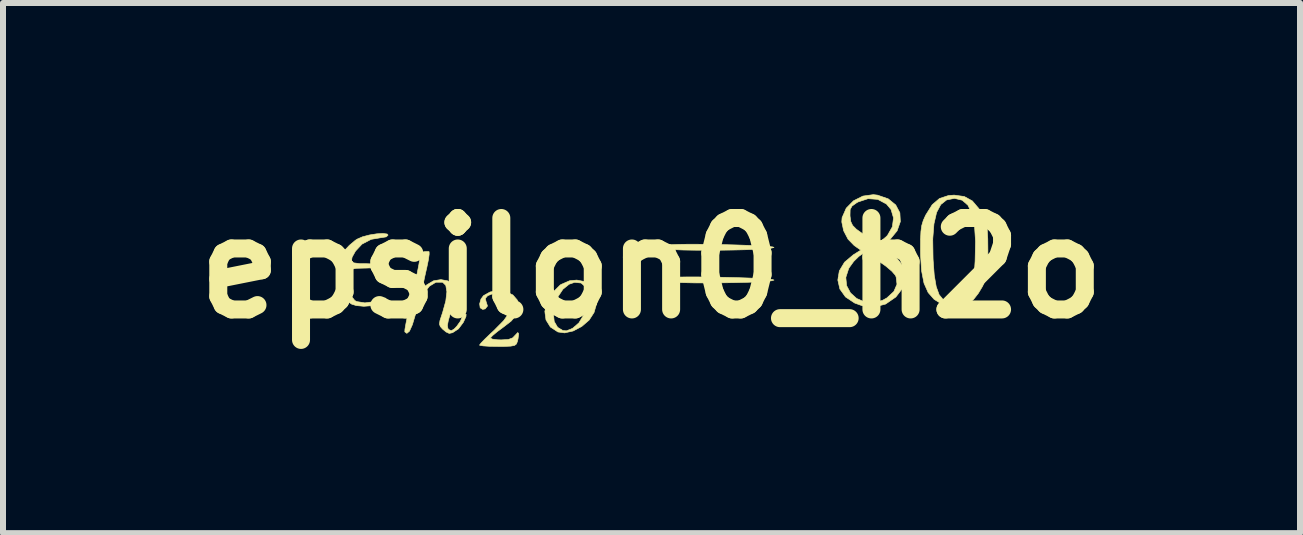
<source format=kicad_pcb>
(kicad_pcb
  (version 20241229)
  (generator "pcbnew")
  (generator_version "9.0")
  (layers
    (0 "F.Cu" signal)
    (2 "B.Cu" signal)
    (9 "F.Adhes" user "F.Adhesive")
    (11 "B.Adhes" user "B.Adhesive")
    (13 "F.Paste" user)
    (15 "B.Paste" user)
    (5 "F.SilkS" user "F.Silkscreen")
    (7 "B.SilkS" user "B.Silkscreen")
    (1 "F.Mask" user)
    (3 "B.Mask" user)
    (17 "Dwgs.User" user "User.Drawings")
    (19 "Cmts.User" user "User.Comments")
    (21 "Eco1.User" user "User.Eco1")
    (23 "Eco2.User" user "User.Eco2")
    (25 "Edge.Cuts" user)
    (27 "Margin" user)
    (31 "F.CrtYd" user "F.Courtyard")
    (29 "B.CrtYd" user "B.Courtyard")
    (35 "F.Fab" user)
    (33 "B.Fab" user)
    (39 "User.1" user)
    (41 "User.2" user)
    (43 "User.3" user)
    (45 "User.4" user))
  (footprint "epsilon0_h2o"
    (layer "F.Cu")
    (at 7.809 1.418)
    (property "Reference" "epsilon0_h2o" (at 0 0 0) (layer "F.SilkS") (effects (font (size 1.524 1.524) (thickness 0.3))))
    (attr through_hole)
    (fp_poly (pts (xy 0.775 -0.397) (xy 0.985 -0.394) (xy 1.204 -0.391) (xy 1.42 -0.385) (xy 1.621 -0.378) (xy 1.795 -0.371) (xy 1.931 -0.362) (xy 2.017 -0.353) (xy 2.041 -0.345) (xy 2.004 -0.333) (xy 1.906 -0.322) (xy 1.759 -0.314) (xy 1.576 -0.306) (xy 1.369 -0.301) (xy 1.148 -0.298) (xy 0.928 -0.297) (xy 0.718 -0.298) (xy 0.533 -0.301) (xy 0.382 -0.307) (xy 0.28 -0.315) (xy 0.236 -0.326) (xy 0.236 -0.326) (xy 0.242 -0.369) (xy 0.261 -0.382) (xy 0.317 -0.39) (xy 0.429 -0.394) (xy 0.586 -0.397) (xy 0.775 -0.397)) (stroke (width 0.01) (type solid)) (fill yes) (layer "F.SilkS"))
    (fp_poly (pts (xy 0.775 0.148) (xy 0.985 0.15) (xy 1.204 0.154) (xy 1.42 0.159) (xy 1.621 0.166) (xy 1.795 0.174) (xy 1.931 0.182) (xy 2.017 0.191) (xy 2.041 0.2) (xy 2.004 0.211) (xy 1.906 0.222) (xy 1.759 0.231) (xy 1.576 0.238) (xy 1.369 0.243) (xy 1.148 0.246) (xy 0.928 0.248) (xy 0.718 0.247) (xy 0.533 0.243) (xy 0.382 0.238) (xy 0.28 0.229) (xy 0.236 0.218) (xy 0.236 0.218) (xy 0.242 0.175) (xy 0.261 0.162) (xy 0.317 0.155) (xy 0.429 0.15) (xy 0.586 0.148) (xy 0.775 0.148)) (stroke (width 0.01) (type solid)) (fill yes) (layer "F.SilkS"))
    (fp_poly (pts (xy -1.092 0.229) (xy -0.981 0.309) (xy -0.921 0.431) (xy -0.914 0.586) (xy -0.958 0.74) (xy -1.04 0.867) (xy -1.163 0.973) (xy -1.305 1.048) (xy -1.448 1.08) (xy -1.56 1.065) (xy -1.686 0.982) (xy -1.759 0.864) (xy -1.773 0.762) (xy -1.635 0.762) (xy -1.622 0.89) (xy -1.568 0.983) (xy -1.552 0.996) (xy -1.479 1.04) (xy -1.419 1.046) (xy -1.34 1.015) (xy -1.309 0.999) (xy -1.21 0.913) (xy -1.126 0.773) (xy -1.069 0.599) (xy -1.066 0.585) (xy -1.058 0.431) (xy -1.097 0.316) (xy -1.174 0.249) (xy -1.282 0.238) (xy -1.373 0.269) (xy -1.477 0.353) (xy -1.558 0.475) (xy -1.613 0.618) (xy -1.635 0.762) (xy -1.773 0.762) (xy -1.778 0.723) (xy -1.745 0.571) (xy -1.661 0.421) (xy -1.526 0.286) (xy -1.512 0.275) (xy -1.365 0.211) (xy -1.246 0.2) (xy -1.092 0.229)) (stroke (width 0.01) (type solid)) (fill yes) (layer "F.SilkS"))
    (fp_poly (pts (xy -2.424 0.395) (xy -2.311 0.448) (xy -2.239 0.531) (xy -2.229 0.56) (xy -2.217 0.678) (xy -2.251 0.781) (xy -2.339 0.883) (xy -2.468 0.983) (xy -2.573 1.061) (xy -2.651 1.126) (xy -2.685 1.164) (xy -2.685 1.166) (xy -2.653 1.184) (xy -2.569 1.195) (xy -2.506 1.197) (xy -2.386 1.19) (xy -2.314 1.163) (xy -2.27 1.117) (xy -2.229 1.074) (xy -2.214 1.096) (xy -2.225 1.179) (xy -2.236 1.225) (xy -2.252 1.265) (xy -2.283 1.289) (xy -2.346 1.301) (xy -2.455 1.306) (xy -2.562 1.306) (xy -2.701 1.304) (xy -2.806 1.297) (xy -2.862 1.287) (xy -2.867 1.283) (xy -2.842 1.25) (xy -2.775 1.181) (xy -2.678 1.088) (xy -2.627 1.041) (xy -2.465 0.877) (xy -2.368 0.741) (xy -2.334 0.628) (xy -2.364 0.536) (xy -2.456 0.46) (xy -2.47 0.452) (xy -2.563 0.426) (xy -2.656 0.431) (xy -2.731 0.46) (xy -2.771 0.507) (xy -2.756 0.564) (xy -2.755 0.566) (xy -2.734 0.632) (xy -2.772 0.68) (xy -2.814 0.689) (xy -2.856 0.662) (xy -2.865 0.596) (xy -2.843 0.517) (xy -2.801 0.46) (xy -2.69 0.398) (xy -2.558 0.377) (xy -2.424 0.395)) (stroke (width 0.01) (type solid)) (fill yes) (layer "F.SilkS"))
    (fp_poly (pts (xy -4.407 -0.568) (xy -4.391 -0.549) (xy -4.422 -0.52) (xy -4.498 -0.508) (xy -4.501 -0.508) (xy -4.673 -0.479) (xy -4.826 -0.399) (xy -4.934 -0.283) (xy -4.99 -0.183) (xy -5.002 -0.12) (xy -4.963 -0.087) (xy -4.864 -0.074) (xy -4.753 -0.073) (xy -4.623 -0.068) (xy -4.533 -0.055) (xy -4.499 -0.036) (xy -4.499 -0.036) (xy -4.533 -0.018) (xy -4.624 -0.005) (xy -4.758 -0.000022) (xy -4.768 0) (xy -4.919 0.004) (xy -5.011 0.021) (xy -5.059 0.063) (xy -5.078 0.139) (xy -5.08 0.222) (xy -5.061 0.343) (xy -5.011 0.458) (xy -4.946 0.54) (xy -4.915 0.558) (xy -4.778 0.58) (xy -4.625 0.56) (xy -4.534 0.525) (xy -4.463 0.498) (xy -4.428 0.502) (xy -4.427 0.506) (xy -4.46 0.559) (xy -4.545 0.6) (xy -4.664 0.627) (xy -4.795 0.637) (xy -4.921 0.625) (xy -4.998 0.601) (xy -5.136 0.505) (xy -5.221 0.363) (xy -5.254 0.173) (xy -5.253 0.083) (xy -5.238 -0.061) (xy -5.206 -0.164) (xy -5.146 -0.258) (xy -5.129 -0.28) (xy -5.036 -0.379) (xy -4.936 -0.463) (xy -4.905 -0.483) (xy -4.815 -0.522) (xy -4.7 -0.552) (xy -4.58 -0.571) (xy -4.476 -0.577) (xy -4.407 -0.568)) (stroke (width 0.01) (type solid)) (fill yes) (layer "F.SilkS"))
    (fp_poly (pts (xy 5.212 -1.193) (xy 5.347 -1.119) (xy 5.46 -0.986) (xy 5.515 -0.887) (xy 5.556 -0.8) (xy 5.582 -0.717) (xy 5.597 -0.619) (xy 5.604 -0.488) (xy 5.606 -0.304) (xy 5.606 -0.29) (xy 5.605 -0.102) (xy 5.598 0.032) (xy 5.583 0.131) (xy 5.558 0.215) (xy 5.518 0.301) (xy 5.515 0.307) (xy 5.446 0.422) (xy 5.37 0.519) (xy 5.331 0.554) (xy 5.192 0.618) (xy 5.027 0.639) (xy 4.873 0.616) (xy 4.844 0.604) (xy 4.71 0.521) (xy 4.61 0.407) (xy 4.541 0.251) (xy 4.501 0.047) (xy 4.484 -0.217) (xy 4.483 -0.29) (xy 4.484 -0.478) (xy 4.484 -0.483) (xy 4.687 -0.483) (xy 4.692 -0.164) (xy 4.693 -0.137) (xy 4.712 0.119) (xy 4.745 0.311) (xy 4.794 0.445) (xy 4.864 0.53) (xy 4.958 0.572) (xy 5.044 0.581) (xy 5.164 0.561) (xy 5.233 0.517) (xy 5.292 0.438) (xy 5.334 0.348) (xy 5.362 0.233) (xy 5.381 0.075) (xy 5.393 -0.118) (xy 5.4 -0.446) (xy 5.383 -0.709) (xy 5.341 -0.908) (xy 5.273 -1.048) (xy 5.178 -1.131) (xy 5.055 -1.161) (xy 5.044 -1.161) (xy 4.918 -1.136) (xy 4.821 -1.059) (xy 4.751 -0.927) (xy 4.707 -0.736) (xy 4.687 -0.483) (xy 4.484 -0.483) (xy 4.49 -0.611) (xy 4.504 -0.71) (xy 4.529 -0.793) (xy 4.567 -0.878) (xy 4.572 -0.887) (xy 4.678 -1.056) (xy 4.8 -1.16) (xy 4.949 -1.209) (xy 5.044 -1.216) (xy 5.212 -1.193)) (stroke (width 0.01) (type solid)) (fill yes) (layer "F.SilkS"))
    (fp_poly (pts (xy -3.707 -0.272) (xy -3.706 -0.23) (xy -3.719 -0.137) (xy -3.745 -0.011) (xy -3.75 0.01) (xy -3.785 0.166) (xy -3.804 0.262) (xy -3.804 0.308) (xy -3.786 0.312) (xy -3.751 0.284) (xy -3.744 0.278) (xy -3.633 0.212) (xy -3.511 0.192) (xy -3.398 0.213) (xy -3.31 0.272) (xy -3.267 0.364) (xy -3.266 0.388) (xy -3.277 0.471) (xy -3.306 0.596) (xy -3.345 0.732) (xy -3.386 0.869) (xy -3.402 0.955) (xy -3.394 1.006) (xy -3.379 1.025) (xy -3.338 1.045) (xy -3.289 1.015) (xy -3.245 0.969) (xy -3.187 0.888) (xy -3.158 0.822) (xy -3.157 0.814) (xy -3.137 0.767) (xy -3.121 0.762) (xy -3.09 0.771) (xy -3.093 0.808) (xy -3.13 0.89) (xy -3.139 0.908) (xy -3.218 1.013) (xy -3.316 1.077) (xy -3.372 1.089) (xy -3.424 1.065) (xy -3.482 1.017) (xy -3.52 0.975) (xy -3.535 0.934) (xy -3.526 0.873) (xy -3.492 0.77) (xy -3.482 0.74) (xy -3.429 0.549) (xy -3.411 0.395) (xy -3.429 0.288) (xy -3.482 0.236) (xy -3.594 0.236) (xy -3.702 0.302) (xy -3.801 0.43) (xy -3.886 0.612) (xy -3.933 0.767) (xy -3.986 0.944) (xy -4.034 1.051) (xy -4.078 1.088) (xy -4.112 1.063) (xy -4.11 1.02) (xy -4.092 0.918) (xy -4.062 0.771) (xy -4.022 0.591) (xy -3.989 0.453) (xy -3.943 0.256) (xy -3.905 0.082) (xy -3.878 -0.057) (xy -3.864 -0.146) (xy -3.864 -0.172) (xy -3.91 -0.213) (xy -3.945 -0.221) (xy -3.955 -0.23) (xy -3.905 -0.249) (xy -3.868 -0.258) (xy -3.774 -0.275) (xy -3.714 -0.276) (xy -3.707 -0.272)) (stroke (width 0.01) (type solid)) (fill yes) (layer "F.SilkS"))
    (fp_poly (pts (xy 3.766 -1.216) (xy 3.945 -1.154) (xy 4.07 -1.052) (xy 4.139 -0.921) (xy 4.147 -0.774) (xy 4.093 -0.621) (xy 3.973 -0.475) (xy 3.951 -0.455) (xy 3.877 -0.382) (xy 3.866 -0.341) (xy 3.877 -0.335) (xy 3.971 -0.279) (xy 4.074 -0.183) (xy 4.162 -0.072) (xy 4.21 0.02) (xy 4.228 0.184) (xy 4.177 0.345) (xy 4.072 0.482) (xy 3.901 0.6) (xy 3.712 0.649) (xy 3.509 0.627) (xy 3.386 0.583) (xy 3.233 0.481) (xy 3.139 0.349) (xy 3.105 0.2) (xy 3.112 0.156) (xy 3.238 0.156) (xy 3.252 0.294) (xy 3.316 0.414) (xy 3.419 0.507) (xy 3.549 0.564) (xy 3.697 0.578) (xy 3.849 0.538) (xy 3.922 0.498) (xy 4.039 0.39) (xy 4.091 0.27) (xy 4.077 0.148) (xy 4.063 0.119) (xy 4.006 0.053) (xy 3.907 -0.031) (xy 3.787 -0.115) (xy 3.78 -0.119) (xy 3.551 -0.264) (xy 3.453 -0.193) (xy 3.37 -0.111) (xy 3.294 -0.006) (xy 3.286 0.008) (xy 3.238 0.156) (xy 3.112 0.156) (xy 3.13 0.047) (xy 3.217 -0.098) (xy 3.363 -0.221) (xy 3.488 -0.299) (xy 3.378 -0.376) (xy 3.275 -0.482) (xy 3.202 -0.622) (xy 3.171 -0.768) (xy 3.176 -0.841) (xy 3.194 -0.881) (xy 3.308 -0.881) (xy 3.309 -0.862) (xy 3.321 -0.775) (xy 3.351 -0.711) (xy 3.413 -0.648) (xy 3.517 -0.573) (xy 3.628 -0.502) (xy 3.722 -0.452) (xy 3.777 -0.435) (xy 3.839 -0.462) (xy 3.915 -0.526) (xy 3.934 -0.547) (xy 4.014 -0.688) (xy 4.033 -0.837) (xy 3.992 -0.976) (xy 3.916 -1.067) (xy 3.771 -1.145) (xy 3.609 -1.157) (xy 3.443 -1.102) (xy 3.418 -1.088) (xy 3.341 -1.033) (xy 3.31 -0.975) (xy 3.308 -0.881) (xy 3.194 -0.881) (xy 3.245 -0.998) (xy 3.366 -1.121) (xy 3.523 -1.2) (xy 3.697 -1.224) (xy 3.766 -1.216)) (stroke (width 0.01) (type solid)) (fill yes) (layer "F.SilkS")))
  (gr_rect
    (start -3 -3)
    (end 18.617 5.836)
    (stroke (width 0.1) (type default))
    (fill no)
    (layer "Edge.Cuts")))
</source>
